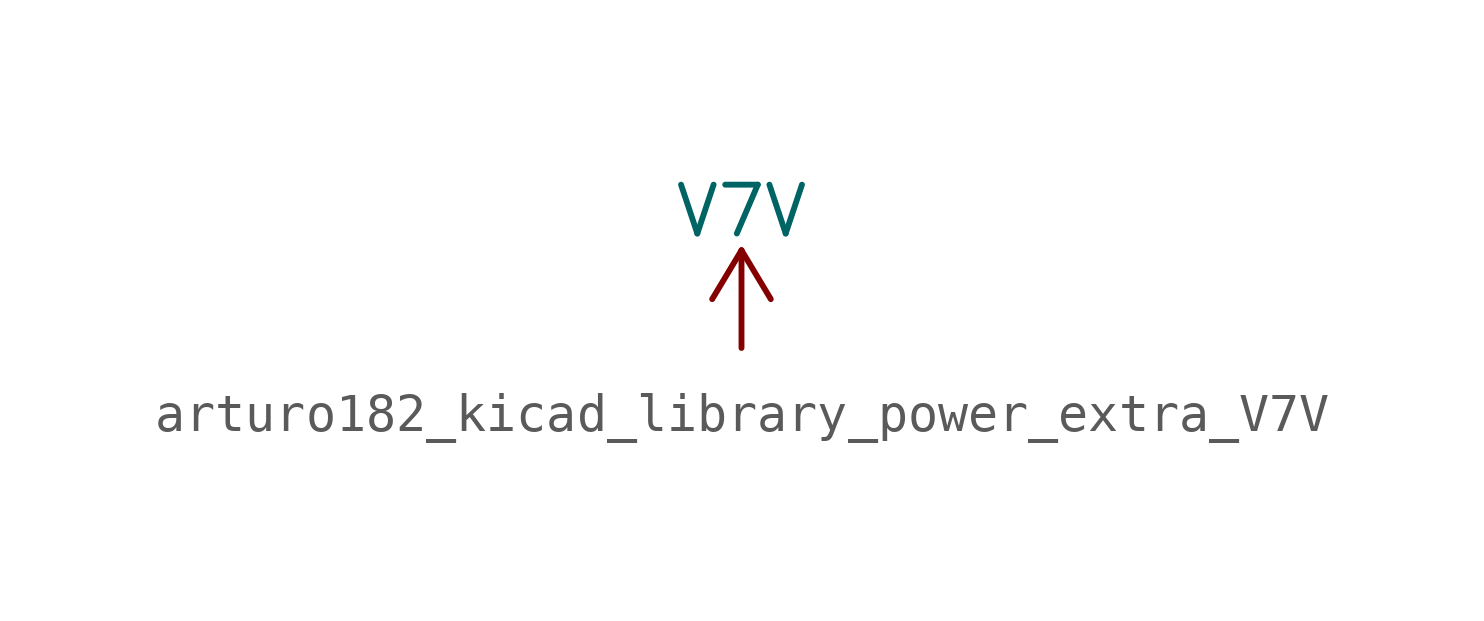
<source format=kicad_sym>
(kicad_symbol_lib
  (version 20220914)
  (generator kicad_symbol_editor)
  (symbol "power_extra:arturo182_kicad_library_power_extra_V7V"
    (power)
    (pin_names
      (offset 0))
    (property "Reference" "#PWR"
      (at 0 -3.81 0)
      (effects (font (size 1.27 1.27)) hide))
    (property "Value" "V7V"
      (at 0 3.556 0)
      (effects (font (size 1.27 1.27))))
    (symbol "arturo182_kicad_library_power_extra_V7V_0_1"
      (polyline (pts (xy -0.762 1.27) (xy 0 2.54)) (stroke (width 0)) (fill (type none)))
      (polyline (pts (xy 0 0) (xy 0 2.54)) (stroke (width 0)) (fill (type none)))
      (polyline (pts (xy 0 2.54) (xy 0.762 1.27)) (stroke (width 0)) (fill (type none))))
    (symbol "arturo182_kicad_library_power_extra_V7V_1_1"
      (pin power_in line (at 0 0 90) (length 0) hide (name "V7V" (effects (font (size 1.27 1.27)))) (number "1" (effects (font (size 1.27 1.27))))))))
</source>
